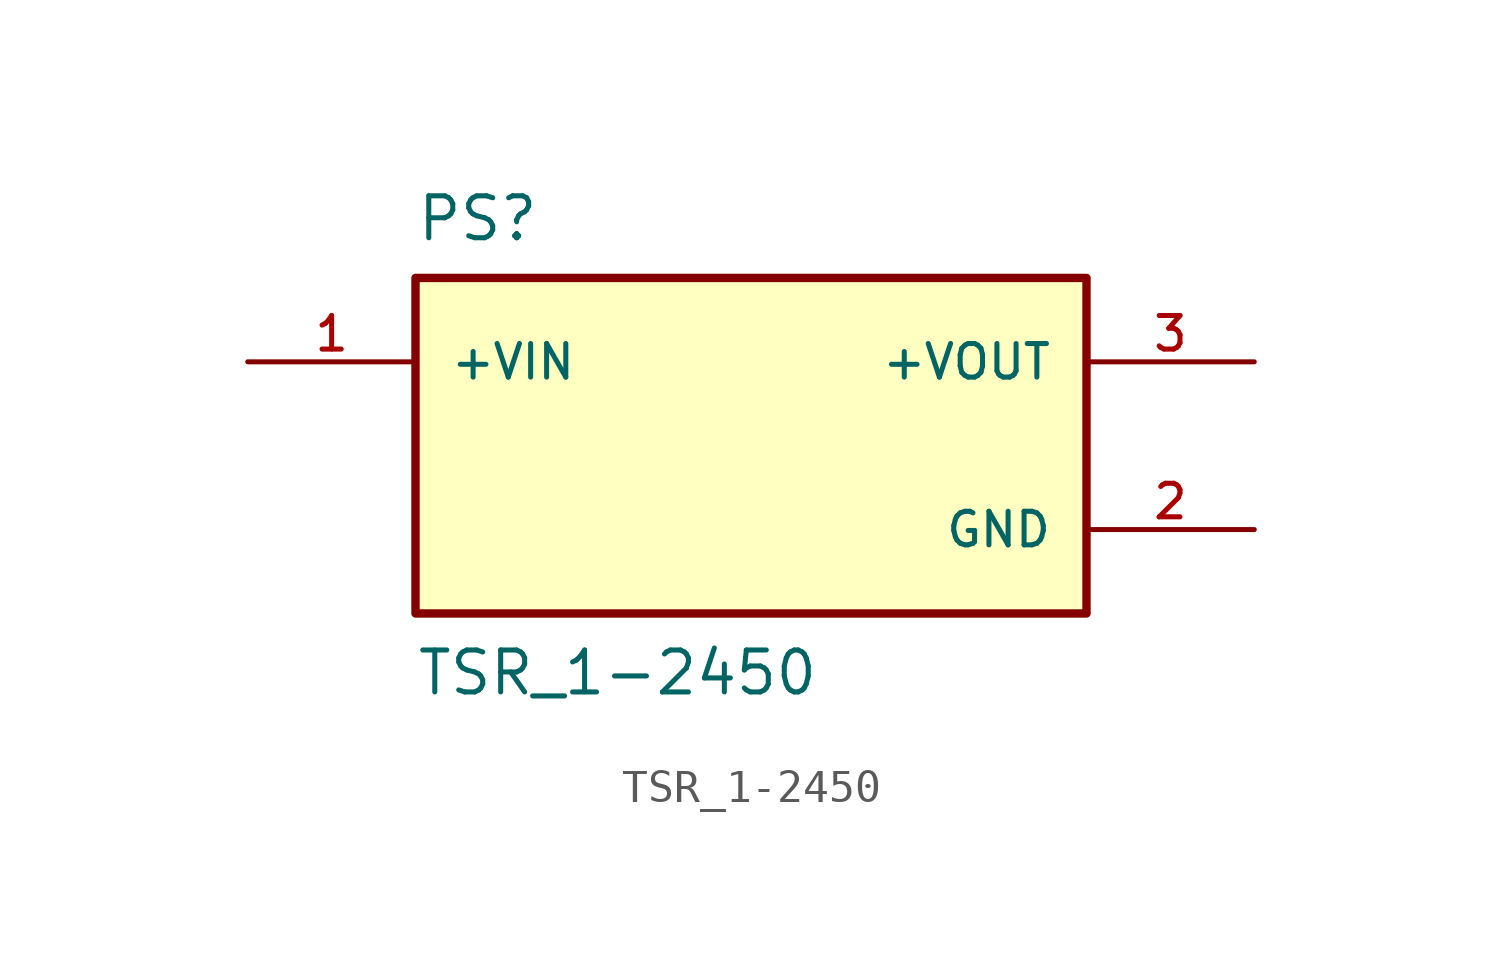
<source format=kicad_sym>
(kicad_symbol_lib
  (version 20211014)
  (generator kicad_symbol_editor)
  (symbol "TSR_1-2450"
    (pin_names
      (offset 1.016))
    (property "Reference" "PS"
      (at -10.16 7.62 0)
      (effects (font (size 1.27 1.27)) (justify top left)))
    (property "Value" "TSR_1-2450"
      (at -10.16 -7.62 0)
      (effects (font (size 1.27 1.27)) (justify bottom left)))
    (symbol "TSR_1-2450_0_0"
      (rectangle (start -10.16 -5.08) (end 10.16 5.08) (stroke (width 0.254)) (fill (type background)))
      (pin input line (at -15.24 2.54 0) (length 5.08) (name "+VIN" (effects (font (size 1.016 1.016)))) (number "1" (effects (font (size 1.016 1.016)))))
      (pin output line (at 15.24 2.54 180.0) (length 5.08) (name "+VOUT" (effects (font (size 1.016 1.016)))) (number "3" (effects (font (size 1.016 1.016)))))
      (pin power_in line (at 15.24 -2.54 180.0) (length 5.08) (name "GND" (effects (font (size 1.016 1.016)))) (number "2" (effects (font (size 1.016 1.016))))))))
</source>
